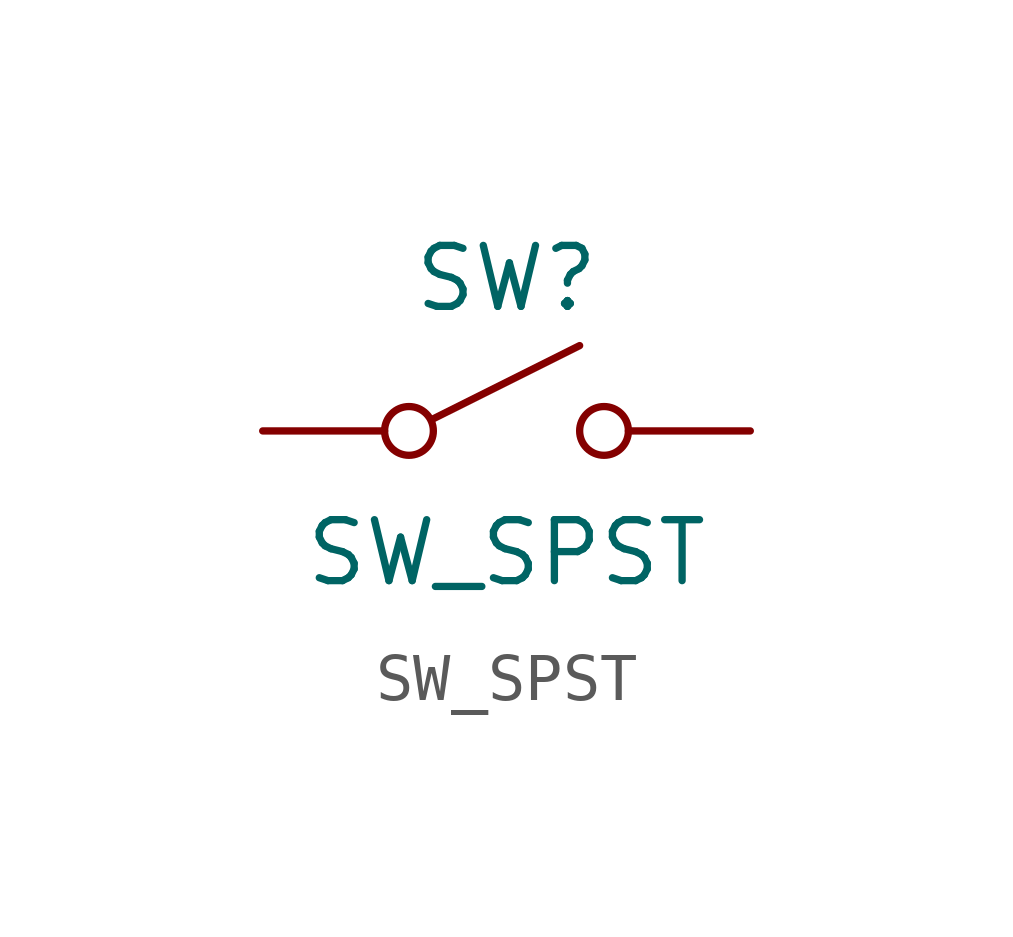
<source format=kicad_sym>
(kicad_symbol_lib
  (version 20231120)
  (generator "kicad_symbol_editor")
  (generator_version "8.0")
  (symbol "SW_SPST"
    (pin_names
      (offset 0) hide)
    (property "Reference" "SW"
      (at 0 3.175 0)
      (effects (font (size 1.27 1.27))))
    (property "Value" "SW_SPST"
      (at 0 -2.54 0)
      (effects (font (size 1.27 1.27))))
    (symbol "SW_SPST_0_0"
      (circle (center -2.032 0) (radius 0.508) (stroke (width 0) (type solid)) (fill (type none)))
      (polyline (pts (xy -1.524 0.254) (xy 1.524 1.778)) (stroke (width 0) (type solid)) (fill (type none)))
      (circle (center 2.032 0) (radius 0.508) (stroke (width 0) (type solid)) (fill (type none))))
    (symbol "SW_SPST_1_1"
      (pin passive line (at -5.08 0 0) (length 2.54) (name "A" (effects (font (size 1.27 1.27)))) (number "~" (effects (font (size 1.27 1.27)))))
      (pin passive line (at 5.08 0 180) (length 2.54) (name "B" (effects (font (size 1.27 1.27)))) (number "~" (effects (font (size 1.27 1.27))))))))
</source>
